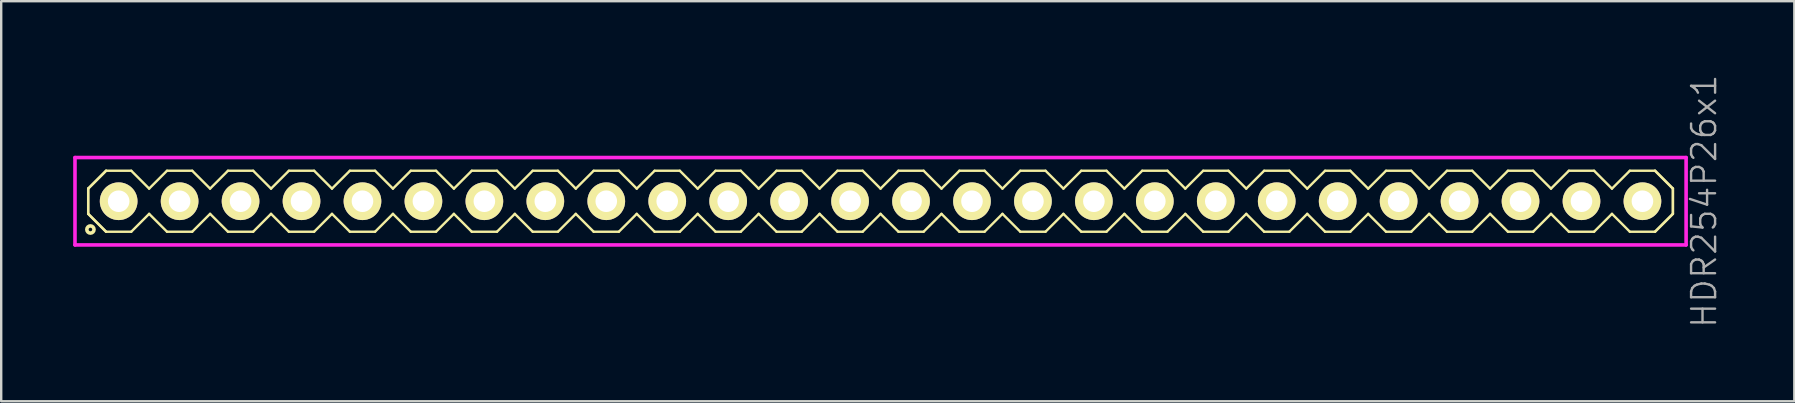
<source format=kicad_pcb>
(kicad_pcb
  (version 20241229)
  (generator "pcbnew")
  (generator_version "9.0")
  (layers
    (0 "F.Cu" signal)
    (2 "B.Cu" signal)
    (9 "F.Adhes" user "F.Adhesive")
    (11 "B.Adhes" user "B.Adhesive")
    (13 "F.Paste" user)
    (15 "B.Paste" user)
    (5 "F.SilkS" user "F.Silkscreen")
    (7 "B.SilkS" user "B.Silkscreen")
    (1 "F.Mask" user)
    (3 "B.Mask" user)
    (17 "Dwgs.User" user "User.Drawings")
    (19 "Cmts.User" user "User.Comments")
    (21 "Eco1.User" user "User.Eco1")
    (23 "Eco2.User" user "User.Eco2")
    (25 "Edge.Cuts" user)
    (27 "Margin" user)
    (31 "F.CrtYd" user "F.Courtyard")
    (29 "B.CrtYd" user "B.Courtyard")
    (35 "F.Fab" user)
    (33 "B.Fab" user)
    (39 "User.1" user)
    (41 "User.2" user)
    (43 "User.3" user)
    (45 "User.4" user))
  (footprint "HDR254P26x1"
    (layer "F.Cu")
    (at 33.645 5.336)
    (property "Reference" "HDR254P26x1" (at 34.32 0 90) (layer "F.Fab") (effects (font (size 1 1) (thickness 0.1))))
    (attr through_hole)
    (fp_line (start -33.02 -0.526) (end -32.276 -1.27) (stroke (width 0.1) (type solid)) (layer "F.SilkS"))
    (fp_line (start -33.02 -0.526) (end -32.276 -1.27) (stroke (width 0.1) (type solid)) (layer "F.SilkS"))
    (fp_line (start -33.02 0.526) (end -33.02 -0.526) (stroke (width 0.1) (type solid)) (layer "F.SilkS"))
    (fp_line (start -33.02 0.526) (end -33.02 -0.526) (stroke (width 0.1) (type solid)) (layer "F.SilkS"))
    (fp_line (start -32.276 -1.27) (end -31.224 -1.27) (stroke (width 0.1) (type solid)) (layer "F.SilkS"))
    (fp_line (start -32.276 1.27) (end -33.02 0.526) (stroke (width 0.1) (type solid)) (layer "F.SilkS"))
    (fp_line (start -32.276 1.27) (end -33.02 0.526) (stroke (width 0.1) (type solid)) (layer "F.SilkS"))
    (fp_line (start -31.224 -1.27) (end -30.48 -0.526) (stroke (width 0.1) (type solid)) (layer "F.SilkS"))
    (fp_line (start -31.224 1.27) (end -32.276 1.27) (stroke (width 0.1) (type solid)) (layer "F.SilkS"))
    (fp_line (start -30.48 -0.526) (end -29.736 -1.27) (stroke (width 0.1) (type solid)) (layer "F.SilkS"))
    (fp_line (start -30.48 0.526) (end -31.224 1.27) (stroke (width 0.1) (type solid)) (layer "F.SilkS"))
    (fp_line (start -29.736 -1.27) (end -28.684 -1.27) (stroke (width 0.1) (type solid)) (layer "F.SilkS"))
    (fp_line (start -29.736 1.27) (end -30.48 0.526) (stroke (width 0.1) (type solid)) (layer "F.SilkS"))
    (fp_line (start -28.684 -1.27) (end -27.94 -0.526) (stroke (width 0.1) (type solid)) (layer "F.SilkS"))
    (fp_line (start -28.684 1.27) (end -29.736 1.27) (stroke (width 0.1) (type solid)) (layer "F.SilkS"))
    (fp_line (start -27.94 -0.526) (end -27.196 -1.27) (stroke (width 0.1) (type solid)) (layer "F.SilkS"))
    (fp_line (start -27.94 0.526) (end -28.684 1.27) (stroke (width 0.1) (type solid)) (layer "F.SilkS"))
    (fp_line (start -27.196 -1.27) (end -26.144 -1.27) (stroke (width 0.1) (type solid)) (layer "F.SilkS"))
    (fp_line (start -27.196 1.27) (end -27.94 0.526) (stroke (width 0.1) (type solid)) (layer "F.SilkS"))
    (fp_line (start -26.144 -1.27) (end -25.4 -0.526) (stroke (width 0.1) (type solid)) (layer "F.SilkS"))
    (fp_line (start -26.144 1.27) (end -27.196 1.27) (stroke (width 0.1) (type solid)) (layer "F.SilkS"))
    (fp_line (start -25.4 -0.526) (end -24.656 -1.27) (stroke (width 0.1) (type solid)) (layer "F.SilkS"))
    (fp_line (start -25.4 0.526) (end -26.144 1.27) (stroke (width 0.1) (type solid)) (layer "F.SilkS"))
    (fp_line (start -24.656 -1.27) (end -23.604 -1.27) (stroke (width 0.1) (type solid)) (layer "F.SilkS"))
    (fp_line (start -24.656 1.27) (end -25.4 0.526) (stroke (width 0.1) (type solid)) (layer "F.SilkS"))
    (fp_line (start -23.604 -1.27) (end -22.86 -0.526) (stroke (width 0.1) (type solid)) (layer "F.SilkS"))
    (fp_line (start -23.604 1.27) (end -24.656 1.27) (stroke (width 0.1) (type solid)) (layer "F.SilkS"))
    (fp_line (start -22.86 -0.526) (end -22.116 -1.27) (stroke (width 0.1) (type solid)) (layer "F.SilkS"))
    (fp_line (start -22.86 0.526) (end -23.604 1.27) (stroke (width 0.1) (type solid)) (layer "F.SilkS"))
    (fp_line (start -22.116 -1.27) (end -21.064 -1.27) (stroke (width 0.1) (type solid)) (layer "F.SilkS"))
    (fp_line (start -22.116 1.27) (end -22.86 0.526) (stroke (width 0.1) (type solid)) (layer "F.SilkS"))
    (fp_line (start -21.064 -1.27) (end -20.32 -0.526) (stroke (width 0.1) (type solid)) (layer "F.SilkS"))
    (fp_line (start -21.064 1.27) (end -22.116 1.27) (stroke (width 0.1) (type solid)) (layer "F.SilkS"))
    (fp_line (start -20.32 -0.526) (end -19.576 -1.27) (stroke (width 0.1) (type solid)) (layer "F.SilkS"))
    (fp_line (start -20.32 0.526) (end -21.064 1.27) (stroke (width 0.1) (type solid)) (layer "F.SilkS"))
    (fp_line (start -19.576 -1.27) (end -18.524 -1.27) (stroke (width 0.1) (type solid)) (layer "F.SilkS"))
    (fp_line (start -19.576 1.27) (end -20.32 0.526) (stroke (width 0.1) (type solid)) (layer "F.SilkS"))
    (fp_line (start -18.524 -1.27) (end -17.78 -0.526) (stroke (width 0.1) (type solid)) (layer "F.SilkS"))
    (fp_line (start -18.524 1.27) (end -19.576 1.27) (stroke (width 0.1) (type solid)) (layer "F.SilkS"))
    (fp_line (start -17.78 -0.526) (end -17.036 -1.27) (stroke (width 0.1) (type solid)) (layer "F.SilkS"))
    (fp_line (start -17.78 0.526) (end -18.524 1.27) (stroke (width 0.1) (type solid)) (layer "F.SilkS"))
    (fp_line (start -17.036 -1.27) (end -15.984 -1.27) (stroke (width 0.1) (type solid)) (layer "F.SilkS"))
    (fp_line (start -17.036 1.27) (end -17.78 0.526) (stroke (width 0.1) (type solid)) (layer "F.SilkS"))
    (fp_line (start -15.984 -1.27) (end -15.24 -0.526) (stroke (width 0.1) (type solid)) (layer "F.SilkS"))
    (fp_line (start -15.984 1.27) (end -17.036 1.27) (stroke (width 0.1) (type solid)) (layer "F.SilkS"))
    (fp_line (start -15.24 -0.526) (end -14.496 -1.27) (stroke (width 0.1) (type solid)) (layer "F.SilkS"))
    (fp_line (start -15.24 0.526) (end -15.984 1.27) (stroke (width 0.1) (type solid)) (layer "F.SilkS"))
    (fp_line (start -14.496 -1.27) (end -13.444 -1.27) (stroke (width 0.1) (type solid)) (layer "F.SilkS"))
    (fp_line (start -14.496 1.27) (end -15.24 0.526) (stroke (width 0.1) (type solid)) (layer "F.SilkS"))
    (fp_line (start -13.444 -1.27) (end -12.7 -0.526) (stroke (width 0.1) (type solid)) (layer "F.SilkS"))
    (fp_line (start -13.444 1.27) (end -14.496 1.27) (stroke (width 0.1) (type solid)) (layer "F.SilkS"))
    (fp_line (start -12.7 -0.526) (end -11.956 -1.27) (stroke (width 0.1) (type solid)) (layer "F.SilkS"))
    (fp_line (start -12.7 0.526) (end -13.444 1.27) (stroke (width 0.1) (type solid)) (layer "F.SilkS"))
    (fp_line (start -11.956 -1.27) (end -10.904 -1.27) (stroke (width 0.1) (type solid)) (layer "F.SilkS"))
    (fp_line (start -11.956 1.27) (end -12.7 0.526) (stroke (width 0.1) (type solid)) (layer "F.SilkS"))
    (fp_line (start -10.904 -1.27) (end -10.16 -0.526) (stroke (width 0.1) (type solid)) (layer "F.SilkS"))
    (fp_line (start -10.904 1.27) (end -11.956 1.27) (stroke (width 0.1) (type solid)) (layer "F.SilkS"))
    (fp_line (start -10.16 -0.526) (end -9.416 -1.27) (stroke (width 0.1) (type solid)) (layer "F.SilkS"))
    (fp_line (start -10.16 0.526) (end -10.904 1.27) (stroke (width 0.1) (type solid)) (layer "F.SilkS"))
    (fp_line (start -9.416 -1.27) (end -8.364 -1.27) (stroke (width 0.1) (type solid)) (layer "F.SilkS"))
    (fp_line (start -9.416 1.27) (end -10.16 0.526) (stroke (width 0.1) (type solid)) (layer "F.SilkS"))
    (fp_line (start -8.364 -1.27) (end -7.62 -0.526) (stroke (width 0.1) (type solid)) (layer "F.SilkS"))
    (fp_line (start -8.364 1.27) (end -9.416 1.27) (stroke (width 0.1) (type solid)) (layer "F.SilkS"))
    (fp_line (start -7.62 -0.526) (end -6.876 -1.27) (stroke (width 0.1) (type solid)) (layer "F.SilkS"))
    (fp_line (start -7.62 0.526) (end -8.364 1.27) (stroke (width 0.1) (type solid)) (layer "F.SilkS"))
    (fp_line (start -6.876 -1.27) (end -5.824 -1.27) (stroke (width 0.1) (type solid)) (layer "F.SilkS"))
    (fp_line (start -6.876 1.27) (end -7.62 0.526) (stroke (width 0.1) (type solid)) (layer "F.SilkS"))
    (fp_line (start -5.824 -1.27) (end -5.08 -0.526) (stroke (width 0.1) (type solid)) (layer "F.SilkS"))
    (fp_line (start -5.824 1.27) (end -6.876 1.27) (stroke (width 0.1) (type solid)) (layer "F.SilkS"))
    (fp_line (start -5.08 -0.526) (end -4.336 -1.27) (stroke (width 0.1) (type solid)) (layer "F.SilkS"))
    (fp_line (start -5.08 0.526) (end -5.824 1.27) (stroke (width 0.1) (type solid)) (layer "F.SilkS"))
    (fp_line (start -4.336 -1.27) (end -3.284 -1.27) (stroke (width 0.1) (type solid)) (layer "F.SilkS"))
    (fp_line (start -4.336 1.27) (end -5.08 0.526) (stroke (width 0.1) (type solid)) (layer "F.SilkS"))
    (fp_line (start -3.284 -1.27) (end -2.54 -0.526) (stroke (width 0.1) (type solid)) (layer "F.SilkS"))
    (fp_line (start -3.284 1.27) (end -4.336 1.27) (stroke (width 0.1) (type solid)) (layer "F.SilkS"))
    (fp_line (start -2.54 -0.526) (end -1.796 -1.27) (stroke (width 0.1) (type solid)) (layer "F.SilkS"))
    (fp_line (start -2.54 0.526) (end -3.284 1.27) (stroke (width 0.1) (type solid)) (layer "F.SilkS"))
    (fp_line (start -1.796 -1.27) (end -0.744 -1.27) (stroke (width 0.1) (type solid)) (layer "F.SilkS"))
    (fp_line (start -1.796 1.27) (end -2.54 0.526) (stroke (width 0.1) (type solid)) (layer "F.SilkS"))
    (fp_line (start -0.744 -1.27) (end 0 -0.526) (stroke (width 0.1) (type solid)) (layer "F.SilkS"))
    (fp_line (start -0.744 1.27) (end -1.796 1.27) (stroke (width 0.1) (type solid)) (layer "F.SilkS"))
    (fp_line (start 0 -0.526) (end 0.744 -1.27) (stroke (width 0.1) (type solid)) (layer "F.SilkS"))
    (fp_line (start 0 0.526) (end -0.744 1.27) (stroke (width 0.1) (type solid)) (layer "F.SilkS"))
    (fp_line (start 0.744 -1.27) (end 1.796 -1.27) (stroke (width 0.1) (type solid)) (layer "F.SilkS"))
    (fp_line (start 0.744 1.27) (end 0 0.526) (stroke (width 0.1) (type solid)) (layer "F.SilkS"))
    (fp_line (start 1.796 -1.27) (end 2.54 -0.526) (stroke (width 0.1) (type solid)) (layer "F.SilkS"))
    (fp_line (start 1.796 1.27) (end 0.744 1.27) (stroke (width 0.1) (type solid)) (layer "F.SilkS"))
    (fp_line (start 2.54 -0.526) (end 3.284 -1.27) (stroke (width 0.1) (type solid)) (layer "F.SilkS"))
    (fp_line (start 2.54 0.526) (end 1.796 1.27) (stroke (width 0.1) (type solid)) (layer "F.SilkS"))
    (fp_line (start 3.284 -1.27) (end 4.336 -1.27) (stroke (width 0.1) (type solid)) (layer "F.SilkS"))
    (fp_line (start 3.284 1.27) (end 2.54 0.526) (stroke (width 0.1) (type solid)) (layer "F.SilkS"))
    (fp_line (start 4.336 -1.27) (end 5.08 -0.526) (stroke (width 0.1) (type solid)) (layer "F.SilkS"))
    (fp_line (start 4.336 1.27) (end 3.284 1.27) (stroke (width 0.1) (type solid)) (layer "F.SilkS"))
    (fp_line (start 5.08 -0.526) (end 5.824 -1.27) (stroke (width 0.1) (type solid)) (layer "F.SilkS"))
    (fp_line (start 5.08 0.526) (end 4.336 1.27) (stroke (width 0.1) (type solid)) (layer "F.SilkS"))
    (fp_line (start 5.824 -1.27) (end 6.876 -1.27) (stroke (width 0.1) (type solid)) (layer "F.SilkS"))
    (fp_line (start 5.824 1.27) (end 5.08 0.526) (stroke (width 0.1) (type solid)) (layer "F.SilkS"))
    (fp_line (start 6.876 -1.27) (end 7.62 -0.526) (stroke (width 0.1) (type solid)) (layer "F.SilkS"))
    (fp_line (start 6.876 1.27) (end 5.824 1.27) (stroke (width 0.1) (type solid)) (layer "F.SilkS"))
    (fp_line (start 7.62 -0.526) (end 8.364 -1.27) (stroke (width 0.1) (type solid)) (layer "F.SilkS"))
    (fp_line (start 7.62 0.526) (end 6.876 1.27) (stroke (width 0.1) (type solid)) (layer "F.SilkS"))
    (fp_line (start 8.364 -1.27) (end 9.416 -1.27) (stroke (width 0.1) (type solid)) (layer "F.SilkS"))
    (fp_line (start 8.364 1.27) (end 7.62 0.526) (stroke (width 0.1) (type solid)) (layer "F.SilkS"))
    (fp_line (start 9.416 -1.27) (end 10.16 -0.526) (stroke (width 0.1) (type solid)) (layer "F.SilkS"))
    (fp_line (start 9.416 1.27) (end 8.364 1.27) (stroke (width 0.1) (type solid)) (layer "F.SilkS"))
    (fp_line (start 10.16 -0.526) (end 10.904 -1.27) (stroke (width 0.1) (type solid)) (layer "F.SilkS"))
    (fp_line (start 10.16 0.526) (end 9.416 1.27) (stroke (width 0.1) (type solid)) (layer "F.SilkS"))
    (fp_line (start 10.904 -1.27) (end 11.956 -1.27) (stroke (width 0.1) (type solid)) (layer "F.SilkS"))
    (fp_line (start 10.904 1.27) (end 10.16 0.526) (stroke (width 0.1) (type solid)) (layer "F.SilkS"))
    (fp_line (start 11.956 -1.27) (end 12.7 -0.526) (stroke (width 0.1) (type solid)) (layer "F.SilkS"))
    (fp_line (start 11.956 1.27) (end 10.904 1.27) (stroke (width 0.1) (type solid)) (layer "F.SilkS"))
    (fp_line (start 12.7 -0.526) (end 13.444 -1.27) (stroke (width 0.1) (type solid)) (layer "F.SilkS"))
    (fp_line (start 12.7 0.526) (end 11.956 1.27) (stroke (width 0.1) (type solid)) (layer "F.SilkS"))
    (fp_line (start 13.444 -1.27) (end 14.496 -1.27) (stroke (width 0.1) (type solid)) (layer "F.SilkS"))
    (fp_line (start 13.444 1.27) (end 12.7 0.526) (stroke (width 0.1) (type solid)) (layer "F.SilkS"))
    (fp_line (start 14.496 -1.27) (end 15.24 -0.526) (stroke (width 0.1) (type solid)) (layer "F.SilkS"))
    (fp_line (start 14.496 1.27) (end 13.444 1.27) (stroke (width 0.1) (type solid)) (layer "F.SilkS"))
    (fp_line (start 15.24 -0.526) (end 15.984 -1.27) (stroke (width 0.1) (type solid)) (layer "F.SilkS"))
    (fp_line (start 15.24 0.526) (end 14.496 1.27) (stroke (width 0.1) (type solid)) (layer "F.SilkS"))
    (fp_line (start 15.984 -1.27) (end 17.036 -1.27) (stroke (width 0.1) (type solid)) (layer "F.SilkS"))
    (fp_line (start 15.984 1.27) (end 15.24 0.526) (stroke (width 0.1) (type solid)) (layer "F.SilkS"))
    (fp_line (start 17.036 -1.27) (end 17.78 -0.526) (stroke (width 0.1) (type solid)) (layer "F.SilkS"))
    (fp_line (start 17.036 1.27) (end 15.984 1.27) (stroke (width 0.1) (type solid)) (layer "F.SilkS"))
    (fp_line (start 17.78 -0.526) (end 18.524 -1.27) (stroke (width 0.1) (type solid)) (layer "F.SilkS"))
    (fp_line (start 17.78 0.526) (end 17.036 1.27) (stroke (width 0.1) (type solid)) (layer "F.SilkS"))
    (fp_line (start 18.524 -1.27) (end 19.576 -1.27) (stroke (width 0.1) (type solid)) (layer "F.SilkS"))
    (fp_line (start 18.524 1.27) (end 17.78 0.526) (stroke (width 0.1) (type solid)) (layer "F.SilkS"))
    (fp_line (start 19.576 -1.27) (end 20.32 -0.526) (stroke (width 0.1) (type solid)) (layer "F.SilkS"))
    (fp_line (start 19.576 1.27) (end 18.524 1.27) (stroke (width 0.1) (type solid)) (layer "F.SilkS"))
    (fp_line (start 20.32 -0.526) (end 21.064 -1.27) (stroke (width 0.1) (type solid)) (layer "F.SilkS"))
    (fp_line (start 20.32 0.526) (end 19.576 1.27) (stroke (width 0.1) (type solid)) (layer "F.SilkS"))
    (fp_line (start 21.064 -1.27) (end 22.116 -1.27) (stroke (width 0.1) (type solid)) (layer "F.SilkS"))
    (fp_line (start 21.064 1.27) (end 20.32 0.526) (stroke (width 0.1) (type solid)) (layer "F.SilkS"))
    (fp_line (start 22.116 -1.27) (end 22.86 -0.526) (stroke (width 0.1) (type solid)) (layer "F.SilkS"))
    (fp_line (start 22.116 1.27) (end 21.064 1.27) (stroke (width 0.1) (type solid)) (layer "F.SilkS"))
    (fp_line (start 22.86 -0.526) (end 23.604 -1.27) (stroke (width 0.1) (type solid)) (layer "F.SilkS"))
    (fp_line (start 22.86 0.526) (end 22.116 1.27) (stroke (width 0.1) (type solid)) (layer "F.SilkS"))
    (fp_line (start 23.604 -1.27) (end 24.656 -1.27) (stroke (width 0.1) (type solid)) (layer "F.SilkS"))
    (fp_line (start 23.604 1.27) (end 22.86 0.526) (stroke (width 0.1) (type solid)) (layer "F.SilkS"))
    (fp_line (start 24.656 -1.27) (end 25.4 -0.526) (stroke (width 0.1) (type solid)) (layer "F.SilkS"))
    (fp_line (start 24.656 1.27) (end 23.604 1.27) (stroke (width 0.1) (type solid)) (layer "F.SilkS"))
    (fp_line (start 25.4 -0.526) (end 26.144 -1.27) (stroke (width 0.1) (type solid)) (layer "F.SilkS"))
    (fp_line (start 25.4 0.526) (end 24.656 1.27) (stroke (width 0.1) (type solid)) (layer "F.SilkS"))
    (fp_line (start 26.144 -1.27) (end 27.196 -1.27) (stroke (width 0.1) (type solid)) (layer "F.SilkS"))
    (fp_line (start 26.144 1.27) (end 25.4 0.526) (stroke (width 0.1) (type solid)) (layer "F.SilkS"))
    (fp_line (start 27.196 -1.27) (end 27.94 -0.526) (stroke (width 0.1) (type solid)) (layer "F.SilkS"))
    (fp_line (start 27.196 1.27) (end 26.144 1.27) (stroke (width 0.1) (type solid)) (layer "F.SilkS"))
    (fp_line (start 27.94 -0.526) (end 28.684 -1.27) (stroke (width 0.1) (type solid)) (layer "F.SilkS"))
    (fp_line (start 27.94 0.526) (end 27.196 1.27) (stroke (width 0.1) (type solid)) (layer "F.SilkS"))
    (fp_line (start 28.684 -1.27) (end 29.736 -1.27) (stroke (width 0.1) (type solid)) (layer "F.SilkS"))
    (fp_line (start 28.684 1.27) (end 27.94 0.526) (stroke (width 0.1) (type solid)) (layer "F.SilkS"))
    (fp_line (start 29.736 -1.27) (end 30.48 -0.526) (stroke (width 0.1) (type solid)) (layer "F.SilkS"))
    (fp_line (start 29.736 1.27) (end 28.684 1.27) (stroke (width 0.1) (type solid)) (layer "F.SilkS"))
    (fp_line (start 30.48 -0.526) (end 31.224 -1.27) (stroke (width 0.1) (type solid)) (layer "F.SilkS"))
    (fp_line (start 30.48 0.526) (end 29.736 1.27) (stroke (width 0.1) (type solid)) (layer "F.SilkS"))
    (fp_line (start 31.224 -1.27) (end 32.276 -1.27) (stroke (width 0.1) (type solid)) (layer "F.SilkS"))
    (fp_line (start 31.224 1.27) (end 30.48 0.526) (stroke (width 0.1) (type solid)) (layer "F.SilkS"))
    (fp_line (start 32.276 -1.27) (end 33.02 -0.526) (stroke (width 0.1) (type solid)) (layer "F.SilkS"))
    (fp_line (start 32.276 -1.27) (end 33.02 -0.526) (stroke (width 0.1) (type solid)) (layer "F.SilkS"))
    (fp_line (start 32.276 1.27) (end 31.224 1.27) (stroke (width 0.1) (type solid)) (layer "F.SilkS"))
    (fp_line (start 33.02 -0.526) (end 33.02 0.526) (stroke (width 0.1) (type solid)) (layer "F.SilkS"))
    (fp_line (start 33.02 -0.526) (end 33.02 0.526) (stroke (width 0.1) (type solid)) (layer "F.SilkS"))
    (fp_line (start 33.02 0.526) (end 32.276 1.27) (stroke (width 0.1) (type solid)) (layer "F.SilkS"))
    (fp_line (start 33.02 0.526) (end 32.276 1.27) (stroke (width 0.1) (type solid)) (layer "F.SilkS"))
    (fp_circle (center -32.927 1.178) (end -32.777 1.178) (stroke (width 0.15) (type solid)) (fill no) (layer "F.SilkS"))
    (fp_line (start -33.57 -1.82) (end -33.57 1.82) (stroke (width 0.15) (type solid)) (layer "F.CrtYd"))
    (fp_line (start -33.57 1.82) (end 33.57 1.82) (stroke (width 0.15) (type solid)) (layer "F.CrtYd"))
    (fp_line (start 33.57 -1.82) (end -33.57 -1.82) (stroke (width 0.15) (type solid)) (layer "F.CrtYd"))
    (fp_line (start 33.57 1.82) (end 33.57 -1.82) (stroke (width 0.15) (type solid)) (layer "F.CrtYd"))
    (pad "1" thru_hole oval (at -31.75 0) (size 1.57 1.57) (drill 0.9) (layers "*.Cu" "*.Mask" "F.SilkS"))
    (pad "2" thru_hole oval (at -29.21 0) (size 1.57 1.57) (drill 0.9) (layers "*.Cu" "*.Mask" "F.SilkS"))
    (pad "3" thru_hole oval (at -26.67 0) (size 1.57 1.57) (drill 0.9) (layers "*.Cu" "*.Mask" "F.SilkS"))
    (pad "4" thru_hole oval (at -24.13 0) (size 1.57 1.57) (drill 0.9) (layers "*.Cu" "*.Mask" "F.SilkS"))
    (pad "5" thru_hole oval (at -21.59 0) (size 1.57 1.57) (drill 0.9) (layers "*.Cu" "*.Mask" "F.SilkS"))
    (pad "6" thru_hole oval (at -19.05 0) (size 1.57 1.57) (drill 0.9) (layers "*.Cu" "*.Mask" "F.SilkS"))
    (pad "7" thru_hole oval (at -16.51 0) (size 1.57 1.57) (drill 0.9) (layers "*.Cu" "*.Mask" "F.SilkS"))
    (pad "8" thru_hole oval (at -13.97 0) (size 1.57 1.57) (drill 0.9) (layers "*.Cu" "*.Mask" "F.SilkS"))
    (pad "9" thru_hole oval (at -11.43 0) (size 1.57 1.57) (drill 0.9) (layers "*.Cu" "*.Mask" "F.SilkS"))
    (pad "10" thru_hole oval (at -8.89 0) (size 1.57 1.57) (drill 0.9) (layers "*.Cu" "*.Mask" "F.SilkS"))
    (pad "11" thru_hole oval (at -6.35 0) (size 1.57 1.57) (drill 0.9) (layers "*.Cu" "*.Mask" "F.SilkS"))
    (pad "12" thru_hole oval (at -3.81 0) (size 1.57 1.57) (drill 0.9) (layers "*.Cu" "*.Mask" "F.SilkS"))
    (pad "13" thru_hole oval (at -1.27 0) (size 1.57 1.57) (drill 0.9) (layers "*.Cu" "*.Mask" "F.SilkS"))
    (pad "14" thru_hole oval (at 1.27 0) (size 1.57 1.57) (drill 0.9) (layers "*.Cu" "*.Mask" "F.SilkS"))
    (pad "15" thru_hole oval (at 3.81 0) (size 1.57 1.57) (drill 0.9) (layers "*.Cu" "*.Mask" "F.SilkS"))
    (pad "16" thru_hole oval (at 6.35 0) (size 1.57 1.57) (drill 0.9) (layers "*.Cu" "*.Mask" "F.SilkS"))
    (pad "17" thru_hole oval (at 8.89 0) (size 1.57 1.57) (drill 0.9) (layers "*.Cu" "*.Mask" "F.SilkS"))
    (pad "18" thru_hole oval (at 11.43 0) (size 1.57 1.57) (drill 0.9) (layers "*.Cu" "*.Mask" "F.SilkS"))
    (pad "19" thru_hole oval (at 13.97 0) (size 1.57 1.57) (drill 0.9) (layers "*.Cu" "*.Mask" "F.SilkS"))
    (pad "20" thru_hole oval (at 16.51 0) (size 1.57 1.57) (drill 0.9) (layers "*.Cu" "*.Mask" "F.SilkS"))
    (pad "21" thru_hole oval (at 19.05 0) (size 1.57 1.57) (drill 0.9) (layers "*.Cu" "*.Mask" "F.SilkS"))
    (pad "22" thru_hole oval (at 21.59 0) (size 1.57 1.57) (drill 0.9) (layers "*.Cu" "*.Mask" "F.SilkS"))
    (pad "23" thru_hole oval (at 24.13 0) (size 1.57 1.57) (drill 0.9) (layers "*.Cu" "*.Mask" "F.SilkS"))
    (pad "24" thru_hole oval (at 26.67 0) (size 1.57 1.57) (drill 0.9) (layers "*.Cu" "*.Mask" "F.SilkS"))
    (pad "25" thru_hole oval (at 29.21 0) (size 1.57 1.57) (drill 0.9) (layers "*.Cu" "*.Mask" "F.SilkS"))
    (pad "26" thru_hole oval (at 31.75 0) (size 1.57 1.57) (drill 0.9) (layers "*.Cu" "*.Mask" "F.SilkS")))
  (gr_rect
    (start -3 -3)
    (end 71.725 13.671)
    (stroke (width 0.1) (type default))
    (fill no)
    (layer "Edge.Cuts")))
</source>
